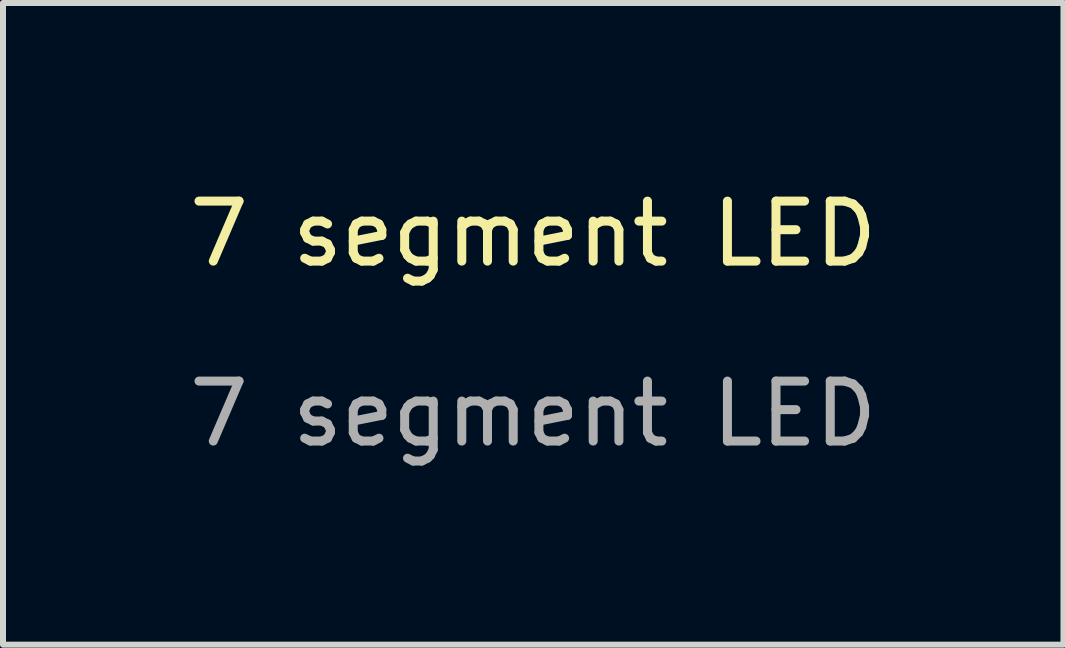
<source format=kicad_pcb>
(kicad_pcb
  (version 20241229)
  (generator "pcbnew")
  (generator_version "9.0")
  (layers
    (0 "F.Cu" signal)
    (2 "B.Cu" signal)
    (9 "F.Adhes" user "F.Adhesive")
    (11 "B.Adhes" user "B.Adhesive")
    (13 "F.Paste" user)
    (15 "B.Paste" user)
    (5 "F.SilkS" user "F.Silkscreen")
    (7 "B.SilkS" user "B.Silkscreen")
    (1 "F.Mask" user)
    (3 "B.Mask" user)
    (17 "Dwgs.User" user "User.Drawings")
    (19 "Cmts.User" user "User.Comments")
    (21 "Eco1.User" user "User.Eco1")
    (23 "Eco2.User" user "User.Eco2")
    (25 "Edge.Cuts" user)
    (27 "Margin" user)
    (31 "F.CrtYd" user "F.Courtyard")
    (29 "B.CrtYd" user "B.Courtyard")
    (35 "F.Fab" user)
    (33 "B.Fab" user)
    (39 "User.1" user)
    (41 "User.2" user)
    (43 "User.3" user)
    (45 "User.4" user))
  (footprint "7 segment LED"
    (layer "F.Cu")
    (at 5.839 1.348)
    (property "Reference" "7 segment LED" (at 0 -0.5 0) (unlocked yes) (layer "F.SilkS") (effects (font (size 1 1) (thickness 0.15))))
    (attr through_hole)
    (fp_text user "${REFERENCE}" (at 0 2.5 0) (unlocked yes) (layer "F.Fab") (effects (font (size 1 1) (thickness 0.15)))))
  (gr_rect
    (start -3 -3)
    (end 14.679 7.697)
    (stroke (width 0.1) (type default))
    (fill no)
    (layer "Edge.Cuts")))
</source>
